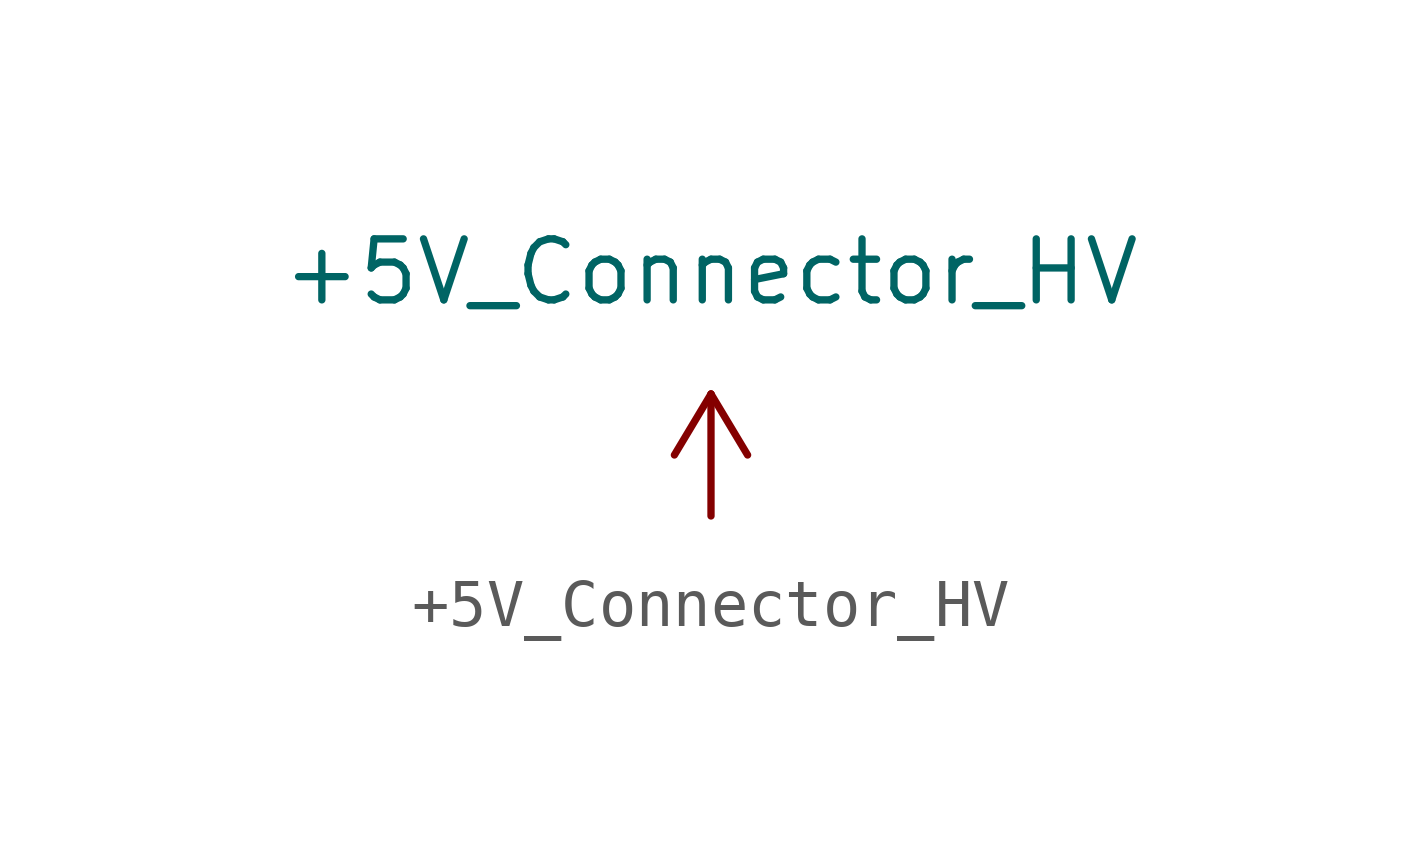
<source format=kicad_sym>
(kicad_symbol_lib
  (version 20211014)
  (generator kicad_symbol_editor)
  (symbol "+5V_Connector_HV"
    (power)
    (pin_numbers hide)
    (pin_names
      (offset 0))
    (property "Reference" "#PWR"
      (at 1.27 0 90)
      (effects (font (size 1.27 1.27)) hide))
    (property "Value" "+5V_Connector_HV"
      (at 0 5.08 0)
      (effects (font (size 1.27 1.27))))
    (symbol "+5V_Connector_HV_1_1"
      (polyline (pts (xy -0.762 1.27) (xy 0 2.54)) (stroke (width 0) (type default) (color 0 0 0 0)) (fill (type none)))
      (polyline (pts (xy 0 0) (xy 0 2.54)) (stroke (width 0) (type default) (color 0 0 0 0)) (fill (type none)))
      (polyline (pts (xy 0 2.54) (xy 0.762 1.27)) (stroke (width 0) (type default) (color 0 0 0 0)) (fill (type none)))
      (pin power_in line (at 0 0 90) (length 0) hide (name "+5V_Connector_HV" (effects (font (size 1.27 1.27)))) (number "1" (effects (font (size 1.27 1.27))))))))
</source>
